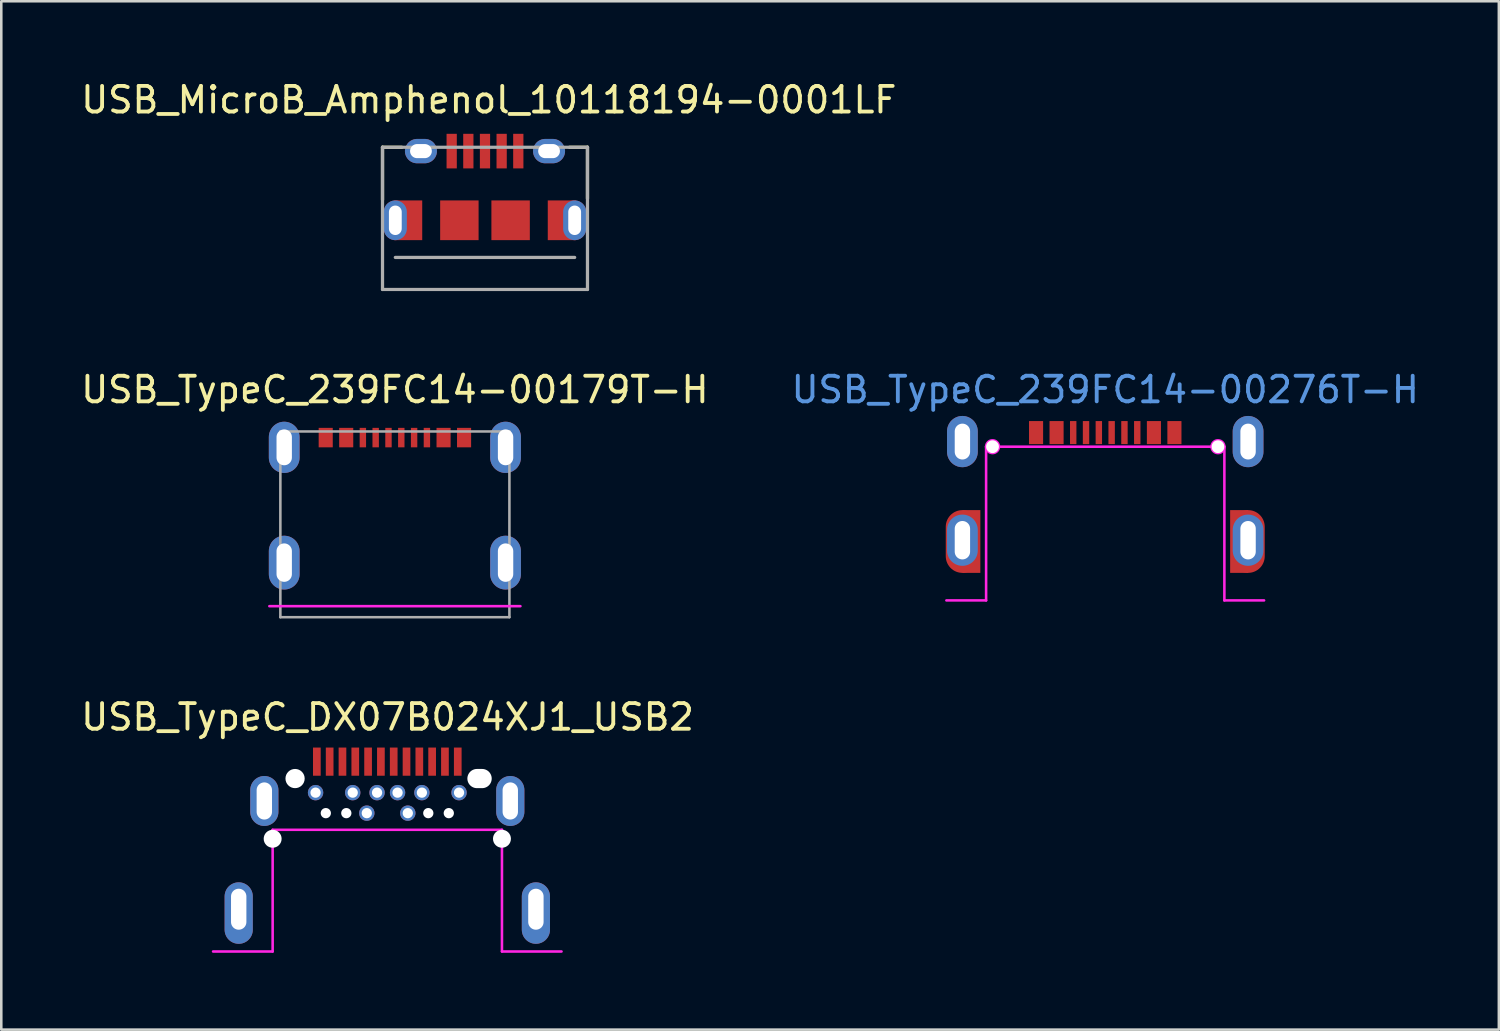
<source format=kicad_pcb>
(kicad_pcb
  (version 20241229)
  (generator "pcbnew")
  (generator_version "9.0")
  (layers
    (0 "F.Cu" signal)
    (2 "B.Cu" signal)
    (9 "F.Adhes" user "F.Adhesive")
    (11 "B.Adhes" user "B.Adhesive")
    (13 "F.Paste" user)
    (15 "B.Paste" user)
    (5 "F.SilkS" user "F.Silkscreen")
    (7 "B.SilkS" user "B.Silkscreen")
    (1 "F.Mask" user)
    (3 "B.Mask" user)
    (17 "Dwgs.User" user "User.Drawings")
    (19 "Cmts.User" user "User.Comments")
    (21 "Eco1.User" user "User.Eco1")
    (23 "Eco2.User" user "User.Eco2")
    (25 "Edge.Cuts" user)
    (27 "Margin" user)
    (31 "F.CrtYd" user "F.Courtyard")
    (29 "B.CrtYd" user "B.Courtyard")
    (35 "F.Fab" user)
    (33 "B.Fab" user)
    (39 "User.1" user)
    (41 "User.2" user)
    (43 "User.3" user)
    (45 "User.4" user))
  (footprint "USB_TypeC_239FC14-00179T-H"
    (layer "F.Cu")
    (at 12.363 14.41)
    (property "Reference" "USB_TypeC_239FC14-00179T-H" (at 0 -2.25 0) (layer "F.SilkS") (effects (font (size 1 1) (thickness 0.15))))
    (attr through_hole)
    (fp_line (start -4.9 6.2) (end 4.9 6.2) (stroke (width 0.1) (type solid)) (layer "F.CrtYd"))
    (fp_line (start -4.47 -0.62) (end -4.47 6.63) (stroke (width 0.1) (type solid)) (layer "F.Fab"))
    (fp_line (start -4.47 6.63) (end 4.47 6.63) (stroke (width 0.1) (type solid)) (layer "F.Fab"))
    (fp_line (start 4.47 -0.62) (end -4.47 -0.62) (stroke (width 0.1) (type solid)) (layer "F.Fab"))
    (fp_line (start 4.47 6.63) (end 4.47 -0.62) (stroke (width 0.1) (type solid)) (layer "F.Fab"))
    (pad "A1" smd rect (at -2.7 -0.38) (size 0.55 0.76) (layers "F.Cu" "F.Mask" "F.Paste"))
    (pad "A4" smd rect (at -1.9 -0.38) (size 0.55 0.76) (layers "F.Cu" "F.Mask" "F.Paste"))
    (pad "A5" smd rect (at -1.25 -0.38) (size 0.25 0.76) (layers "F.Cu" "F.Mask" "F.Paste"))
    (pad "A6" smd rect (at -0.75 -0.38) (size 0.25 0.76) (layers "F.Cu" "F.Mask" "F.Paste"))
    (pad "A7" smd rect (at -0.25 -0.38) (size 0.25 0.76) (layers "F.Cu" "F.Mask" "F.Paste"))
    (pad "B1" smd rect (at 2.7 -0.38) (size 0.55 0.76) (layers "F.Cu" "F.Mask" "F.Paste"))
    (pad "B4" smd rect (at 1.9 -0.38) (size 0.55 0.76) (layers "F.Cu" "F.Mask" "F.Paste"))
    (pad "B5" smd rect (at 1.25 -0.38) (size 0.25 0.76) (layers "F.Cu" "F.Mask" "F.Paste"))
    (pad "B6" smd rect (at 0.75 -0.38) (size 0.25 0.76) (layers "F.Cu" "F.Mask" "F.Paste"))
    (pad "B7" smd rect (at 0.25 -0.38) (size 0.25 0.76) (layers "F.Cu" "F.Mask" "F.Paste"))
    (pad "S1" thru_hole oval (at -4.32 0) (size 1.2 2) (drill oval 0.6 1.4) (layers "*.Cu" "*.Mask"))
    (pad "S1" thru_hole oval (at -4.32 4.5) (size 1.2 2.1) (drill oval 0.6 1.5) (layers "*.Cu" "*.Mask"))
    (pad "S1" thru_hole oval (at 4.32 0) (size 1.2 2) (drill oval 0.6 1.4) (layers "*.Cu" "*.Mask"))
    (pad "S1" thru_hole oval (at 4.32 4.5) (size 1.2 2.1) (drill oval 0.6 1.5) (layers "*.Cu" "*.Mask")))
  (footprint "USB_MicroB_Amphenol_10118194-0001LF"
    (layer "F.Cu")
    (at 15.88 5.548)
    (property "Reference" "USB_MicroB_Amphenol_10118194-0001LF" (at 0.15 -4.7 0) (layer "F.SilkS") (effects (font (size 1 1) (thickness 0.15))))
    (attr through_hole)
    (fp_line (start -4 -2.85) (end -3.25 -2.85) (stroke (width 0.127) (type solid)) (layer "F.SilkS"))
    (fp_line (start -4 -0.8) (end -4 -2.85) (stroke (width 0.127) (type solid)) (layer "F.SilkS"))
    (fp_line (start 3.3 -2.85) (end 4 -2.85) (stroke (width 0.127) (type solid)) (layer "F.SilkS"))
    (fp_line (start 4 -2.85) (end 4 -0.85) (stroke (width 0.127) (type solid)) (layer "F.SilkS"))
    (fp_line (start -4 -2.85) (end -4 2.7) (stroke (width 0.127) (type solid)) (layer "F.Fab"))
    (fp_line (start -4 2.7) (end 4 2.7) (stroke (width 0.127) (type solid)) (layer "F.Fab"))
    (fp_line (start -3.5 1.45) (end 3.5 1.45) (stroke (width 0.127) (type solid)) (layer "F.Fab"))
    (fp_line (start 4 -2.85) (end -4 -2.85) (stroke (width 0.127) (type solid)) (layer "F.Fab"))
    (fp_line (start 4 2.7) (end 4 -2.85) (stroke (width 0.127) (type solid)) (layer "F.Fab"))
    (pad "1" smd rect (at -1.3 -2.7) (size 0.4 1.35) (layers "F.Cu" "F.Mask" "F.Paste"))
    (pad "2" smd rect (at -0.65 -2.7) (size 0.4 1.35) (layers "F.Cu" "F.Mask" "F.Paste"))
    (pad "3" smd rect (at 0 -2.7) (size 0.4 1.35) (layers "F.Cu" "F.Mask" "F.Paste"))
    (pad "4" smd rect (at 0.65 -2.7) (size 0.4 1.35) (layers "F.Cu" "F.Mask" "F.Paste"))
    (pad "5" smd rect (at 1.3 -2.7) (size 0.4 1.35) (layers "F.Cu" "F.Mask" "F.Paste"))
    (pad "S1" thru_hole oval (at -3.5 0) (size 0.9 1.55) (drill oval 0.5 1.15) (layers "*.Cu" "*.Mask"))
    (pad "S1" smd rect (at -3 0) (size 1.1 1.55) (layers "F.Cu" "F.Mask" "F.Paste"))
    (pad "S1" thru_hole oval (at -2.5 -2.7) (size 1.25 0.95) (drill oval 0.85 0.55) (layers "*.Cu" "*.Mask"))
    (pad "S1" smd rect (at -1 0) (size 1.5 1.55) (layers "F.Cu" "F.Mask" "F.Paste"))
    (pad "S1" smd rect (at 1 0) (size 1.5 1.55) (layers "F.Cu" "F.Mask" "F.Paste"))
    (pad "S1" thru_hole oval (at 2.5 -2.7) (size 1.25 0.95) (drill oval 0.85 0.55) (layers "*.Cu" "*.Mask"))
    (pad "S1" smd rect (at 3 0) (size 1.1 1.55) (layers "F.Cu" "F.Mask" "F.Paste"))
    (pad "S1" thru_hole oval (at 3.5 0) (size 0.9 1.55) (drill oval 0.5 1.15) (layers "*.Cu" "*.Mask")))
  (footprint "USB_TypeC_DX07B024XJ1_USB2"
    (layer "F.Cu")
    (at 12.067 27.338)
    (property "Reference" "USB_TypeC_DX07B024XJ1_USB2" (at 0.01 -2.4 0) (layer "F.SilkS") (effects (font (size 1 1) (thickness 0.15))))
    (attr through_hole)
    (fp_line (start -6.8 6.75) (end -4.475 6.75) (stroke (width 0.1) (type solid)) (layer "F.CrtYd"))
    (fp_line (start -4.475 2) (end 4.475 2) (stroke (width 0.1) (type solid)) (layer "F.CrtYd"))
    (fp_line (start -4.475 6.75) (end -4.475 2) (stroke (width 0.1) (type solid)) (layer "F.CrtYd"))
    (fp_line (start 4.475 6.75) (end 4.475 2) (stroke (width 0.1) (type solid)) (layer "F.CrtYd"))
    (fp_line (start 4.475 6.75) (end 6.8 6.75) (stroke (width 0.1) (type solid)) (layer "F.CrtYd"))
    (pad "" np_thru_hole circle (at -4.475 2.35) (size 0.7 0.7) (drill 0.7) (layers "*.Cu" "*.Mask"))
    (pad "" np_thru_hole circle (at -3.6 0) (size 0.75 0.75) (drill 0.75) (layers "*.Cu" "*.Mask"))
    (pad "" np_thru_hole circle (at -2.4 1.35) (size 0.4 0.4) (drill 0.4) (layers "*.Cu" "*.Mask"))
    (pad "" np_thru_hole circle (at -1.6 1.35) (size 0.4 0.4) (drill 0.4) (layers "*.Cu" "*.Mask"))
    (pad "" np_thru_hole circle (at 1.6 1.35) (size 0.4 0.4) (drill 0.4) (layers "*.Cu" "*.Mask"))
    (pad "" np_thru_hole circle (at 2.4 1.35) (size 0.4 0.4) (drill 0.4) (layers "*.Cu" "*.Mask"))
    (pad "" np_thru_hole oval (at 3.6 0) (size 0.95 0.75) (drill oval 0.95 0.75) (layers "*.Cu" "*.Mask"))
    (pad "" np_thru_hole circle (at 4.475 2.35) (size 0.7 0.7) (drill 0.7) (layers "*.Cu" "*.Mask"))
    (pad "A1" smd rect (at -2.75 -0.66) (size 0.3 1.1) (layers "F.Cu" "F.Mask" "F.Paste"))
    (pad "A2" smd rect (at -2.25 -0.66) (size 0.3 1.1) (layers "F.Cu" "F.Mask" "F.Paste"))
    (pad "A3" smd rect (at -1.75 -0.66) (size 0.3 1.1) (layers "F.Cu" "F.Mask" "F.Paste"))
    (pad "A4" smd rect (at -1.25 -0.66) (size 0.3 1.1) (layers "F.Cu" "F.Mask" "F.Paste"))
    (pad "A5" smd rect (at -0.75 -0.66) (size 0.3 1.1) (layers "F.Cu" "F.Mask" "F.Paste"))
    (pad "A6" smd rect (at -0.25 -0.66) (size 0.3 1.1) (layers "F.Cu" "F.Mask" "F.Paste"))
    (pad "A7" smd rect (at 0.25 -0.66) (size 0.3 1.1) (layers "F.Cu" "F.Mask" "F.Paste"))
    (pad "A8" smd rect (at 0.75 -0.66) (size 0.3 1.1) (layers "F.Cu" "F.Mask" "F.Paste"))
    (pad "A9" smd rect (at 1.25 -0.66) (size 0.3 1.1) (layers "F.Cu" "F.Mask" "F.Paste"))
    (pad "A10" smd rect (at 1.75 -0.66) (size 0.3 1.1) (layers "F.Cu" "F.Mask" "F.Paste"))
    (pad "A11" smd rect (at 2.25 -0.66) (size 0.3 1.1) (layers "F.Cu" "F.Mask" "F.Paste"))
    (pad "A12" smd rect (at 2.75 -0.66) (size 0.3 1.1) (layers "F.Cu" "F.Mask" "F.Paste"))
    (pad "B1" thru_hole circle (at 2.8 0.55) (size 0.6 0.6) (drill 0.4) (layers "*.Cu" "*.Mask"))
    (pad "B4" thru_hole circle (at 1.35 0.55) (size 0.6 0.6) (drill 0.4) (layers "*.Cu" "*.Mask"))
    (pad "B5" thru_hole circle (at 0.8 1.35) (size 0.6 0.6) (drill 0.4) (layers "*.Cu" "*.Mask"))
    (pad "B6" thru_hole circle (at 0.4 0.55) (size 0.6 0.6) (drill 0.4) (layers "*.Cu" "*.Mask"))
    (pad "B7" thru_hole circle (at -0.4 0.55) (size 0.6 0.6) (drill 0.4) (layers "*.Cu" "*.Mask"))
    (pad "B8" thru_hole circle (at -0.8 1.35) (size 0.6 0.6) (drill 0.4) (layers "*.Cu" "*.Mask"))
    (pad "B9" thru_hole circle (at -1.35 0.55) (size 0.6 0.6) (drill 0.4) (layers "*.Cu" "*.Mask"))
    (pad "B12" thru_hole circle (at -2.8 0.55) (size 0.6 0.6) (drill 0.4) (layers "*.Cu" "*.Mask"))
    (pad "S1" thru_hole oval (at -5.8 5.1) (size 1.1 2.4) (drill oval 0.6 1.6 (offset 0 0.15)) (layers "*.Cu" "*.Mask"))
    (pad "S1" thru_hole oval (at -4.8 0.875) (size 1.1 1.95) (drill oval 0.6 1.45) (layers "*.Cu" "*.Mask"))
    (pad "S1" thru_hole oval (at 4.8 0.875) (size 1.1 1.95) (drill oval 0.6 1.45) (layers "*.Cu" "*.Mask"))
    (pad "S1" thru_hole oval (at 5.8 5.1) (size 1.1 2.4) (drill oval 0.6 1.6 (offset 0 0.15)) (layers "*.Cu" "*.Mask")))
  (footprint "USB_TypeC_239FC14-00276T-H"
    (layer "F.Cu")
    (at 40.089 20.385)
    (property "Reference" "USB_TypeC_239FC14-00276T-H" (at 0 -8.225 0) (layer "Cmts.User") (effects (font (size 1 1) (thickness 0.15))))
    (attr through_hole)
    (fp_line (start -4.65 -6) (end 4.65 -6) (stroke (width 0.1) (type solid)) (layer "F.CrtYd"))
    (fp_line (start -4.65 0) (end -6.2 0) (stroke (width 0.1) (type solid)) (layer "F.CrtYd"))
    (fp_line (start -4.65 0) (end -4.65 -6) (stroke (width 0.1) (type solid)) (layer "F.CrtYd"))
    (fp_line (start 4.65 -6) (end 4.65 0) (stroke (width 0.1) (type solid)) (layer "F.CrtYd"))
    (fp_line (start 4.65 0) (end 6.2 0) (stroke (width 0.1) (type solid)) (layer "F.CrtYd"))
    (fp_circle (center -4.4 -6) (end -4.15 -6) (stroke (width 0.1) (type solid)) (fill no) (layer "F.CrtYd"))
    (fp_circle (center 4.4 -6) (end 4.65 -6) (stroke (width 0.1) (type solid)) (fill no) (layer "F.CrtYd"))
    (pad "" np_thru_hole circle (at -4.4 -6) (size 0.5 0.5) (drill 0.5) (layers "*.Cu" "*.Mask"))
    (pad "" np_thru_hole circle (at 4.4 -6) (size 0.5 0.5) (drill 0.5) (layers "*.Cu" "*.Mask"))
    (pad "A1" smd rect (at -2.7 -6.55) (size 0.55 0.9) (layers "F.Cu" "F.Mask" "F.Paste"))
    (pad "A4" smd rect (at -1.9 -6.55) (size 0.55 0.9) (layers "F.Cu" "F.Mask" "F.Paste"))
    (pad "A5" smd rect (at -1.25 -6.55) (size 0.25 0.9) (layers "F.Cu" "F.Mask" "F.Paste"))
    (pad "A6" smd rect (at -0.75 -6.55) (size 0.25 0.9) (layers "F.Cu" "F.Mask" "F.Paste"))
    (pad "A7" smd rect (at -0.25 -6.55) (size 0.25 0.9) (layers "F.Cu" "F.Mask" "F.Paste"))
    (pad "B1" smd rect (at 2.7 -6.55) (size 0.55 0.9) (layers "F.Cu" "F.Mask" "F.Paste"))
    (pad "B4" smd rect (at 1.9 -6.55) (size 0.55 0.9) (layers "F.Cu" "F.Mask" "F.Paste"))
    (pad "B5" smd rect (at 1.25 -6.55) (size 0.25 0.9) (layers "F.Cu" "F.Mask" "F.Paste"))
    (pad "B6" smd rect (at 0.75 -6.55) (size 0.25 0.9) (layers "F.Cu" "F.Mask" "F.Paste"))
    (pad "B7" smd rect (at 0.25 -6.55) (size 0.25 0.9) (layers "F.Cu" "F.Mask" "F.Paste"))
    (pad "S1" thru_hole oval (at -5.575 -6.2) (size 1.2 2) (drill oval 0.6 1.4) (layers "*.Cu" "*.Mask"))
    (pad "S1" thru_hole oval (at -5.575 -2.35) (size 1.2 2) (drill oval 0.6 1.5) (layers "*.Cu" "*.Mask"))
    (pad "S1" smd oval (at -5.575 -2.3) (size 1.3 2.45) (layers "F.Cu" "F.Mask" "F.Paste"))
    (pad "S1" smd rect (at -5.225 -2.3) (size 0.7 2.45) (layers "F.Cu" "F.Mask" "F.Paste"))
    (pad "S1" smd rect (at 5.225 -2.3) (size 0.7 2.45) (layers "F.Cu" "F.Mask" "F.Paste"))
    (pad "S1" thru_hole oval (at 5.575 -6.2) (size 1.2 2) (drill oval 0.6 1.4) (layers "*.Cu" "*.Mask"))
    (pad "S1" thru_hole oval (at 5.575 -2.35) (size 1.2 2) (drill oval 0.6 1.5) (layers "*.Cu" "*.Mask"))
    (pad "S1" smd oval (at 5.575 -2.3) (size 1.3 2.45) (layers "F.Cu" "F.Mask" "F.Paste")))
  (gr_rect
    (start -3 -3)
    (end 55.452 37.138)
    (stroke (width 0.1) (type default))
    (fill no)
    (layer "Edge.Cuts")))
</source>
